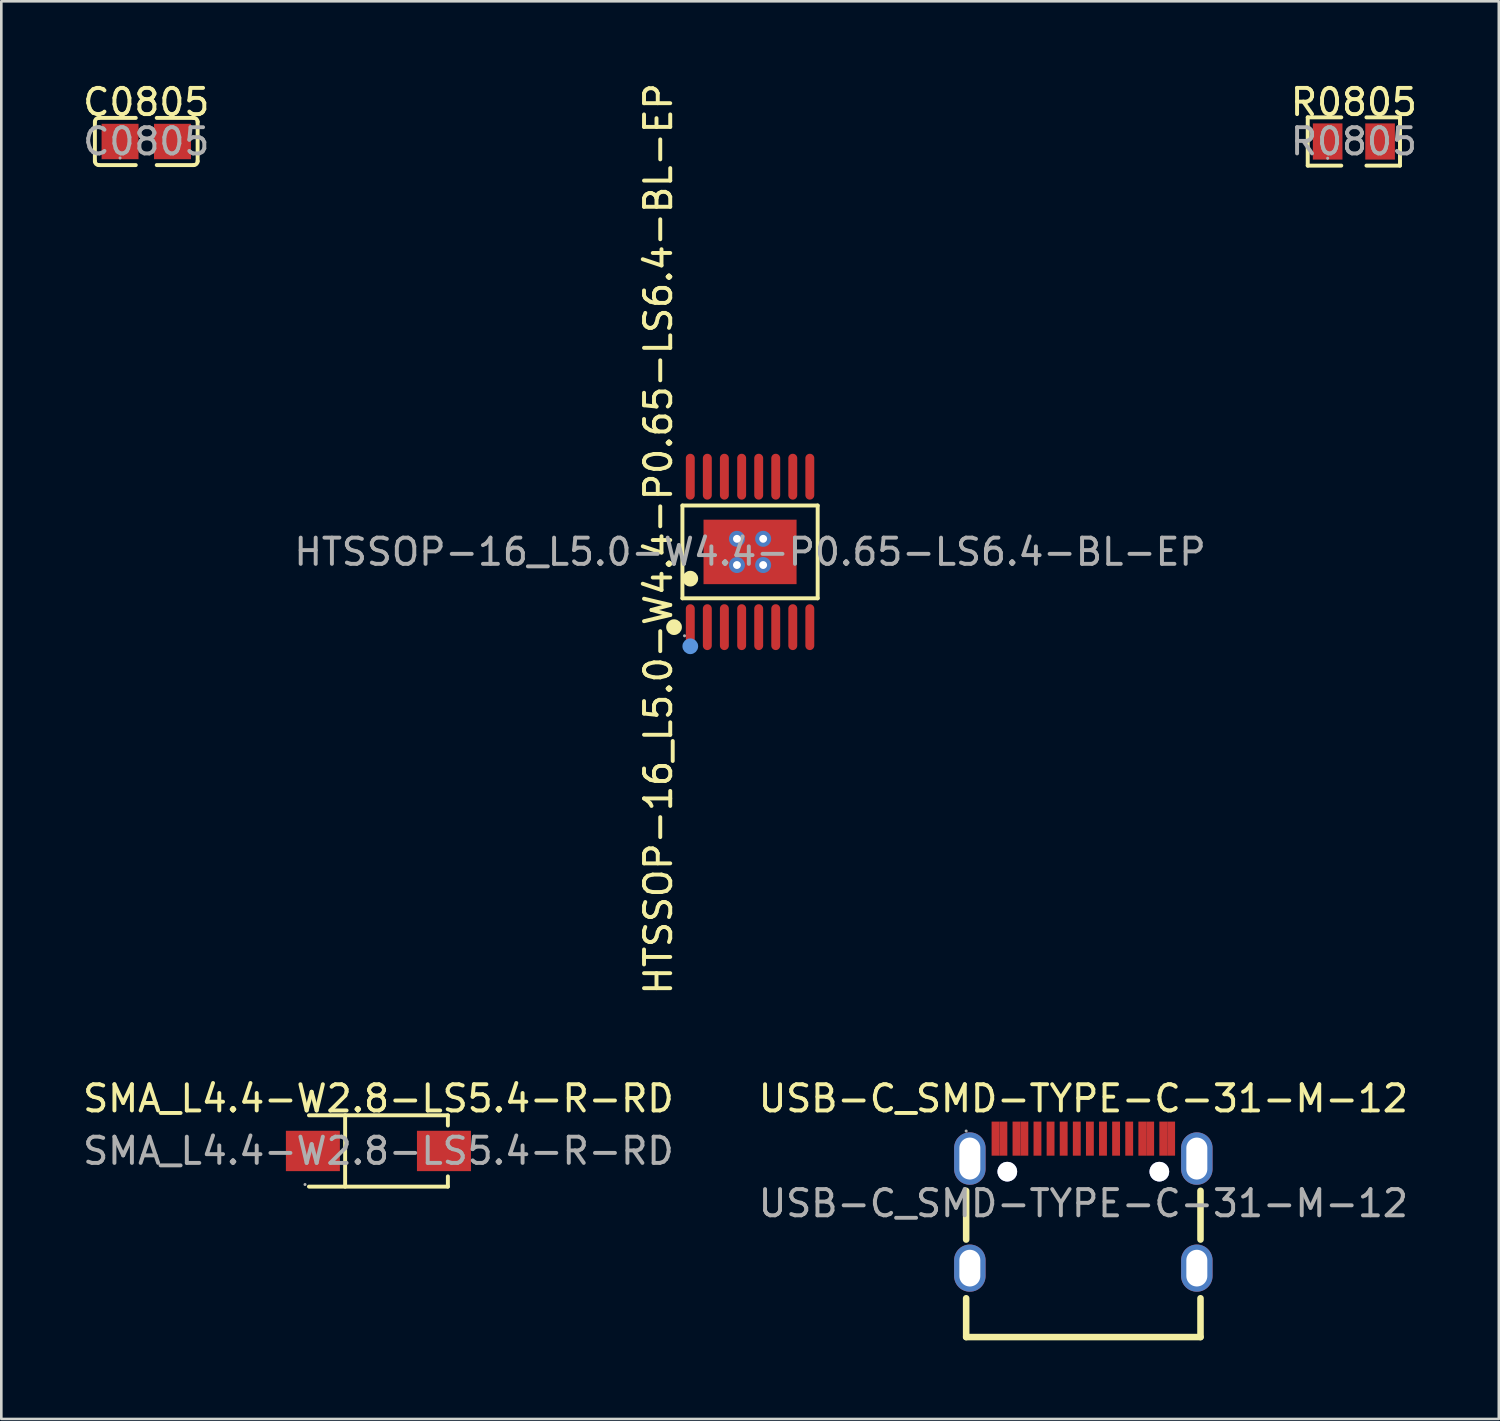
<source format=kicad_pcb>
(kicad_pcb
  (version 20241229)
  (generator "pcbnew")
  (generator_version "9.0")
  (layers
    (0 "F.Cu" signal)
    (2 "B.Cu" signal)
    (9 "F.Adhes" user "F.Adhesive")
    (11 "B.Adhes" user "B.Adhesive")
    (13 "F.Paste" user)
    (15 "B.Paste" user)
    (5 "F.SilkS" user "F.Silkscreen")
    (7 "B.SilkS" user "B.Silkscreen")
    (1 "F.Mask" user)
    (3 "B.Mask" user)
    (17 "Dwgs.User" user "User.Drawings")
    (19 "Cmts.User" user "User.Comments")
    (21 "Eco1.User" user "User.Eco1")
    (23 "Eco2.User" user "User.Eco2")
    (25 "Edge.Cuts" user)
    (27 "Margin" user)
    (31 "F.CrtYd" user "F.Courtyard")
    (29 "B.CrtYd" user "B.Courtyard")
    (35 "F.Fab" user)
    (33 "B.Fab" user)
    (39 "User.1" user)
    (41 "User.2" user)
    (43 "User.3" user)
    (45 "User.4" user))
  (footprint "USB-C_SMD-TYPE-C-31-M-12"
    (layer "F.Cu")
    (at 38.28 42.86)
    (property "Reference" "USB-C_SMD-TYPE-C-31-M-12" (at 0 -4 0) (layer "F.SilkS") (effects (font (size 1 1) (thickness 0.15))))
    (attr smd)
    (fp_line (start -4.47 1.38) (end -4.47 -0.48) (stroke (width 0.25) (type solid)) (layer "F.SilkS"))
    (fp_line (start -4.47 5.1) (end -4.47 3.62) (stroke (width 0.25) (type solid)) (layer "F.SilkS"))
    (fp_line (start 4.47 1.38) (end 4.47 -0.48) (stroke (width 0.25) (type solid)) (layer "F.SilkS"))
    (fp_line (start 4.47 5.1) (end -4.47 5.1) (stroke (width 0.25) (type solid)) (layer "F.SilkS"))
    (fp_line (start 4.47 5.1) (end 4.47 3.62) (stroke (width 0.25) (type solid)) (layer "F.SilkS"))
    (fp_circle (center -2.9 -1.21) (end -2.78 -1.21) (stroke (width 0.25) (type solid)) (fill no) (layer "Cmts.User"))
    (fp_circle (center 2.9 -1.21) (end 3.02 -1.21) (stroke (width 0.25) (type solid)) (fill no) (layer "Cmts.User"))
    (fp_circle (center -4.47 -2.76) (end -4.44 -2.76) (stroke (width 0.06) (type solid)) (fill no) (layer "F.Fab"))
    (fp_text user "${REFERENCE}" (at 0 0 0) (layer "F.Fab") (effects (font (size 1 1) (thickness 0.15))))
    (pad "" thru_hole circle (at -2.9 -1.21) (size 0.75 0.75) (drill 0.75) (layers "*.Cu" "*.Mask"))
    (pad "" thru_hole circle (at 2.9 -1.21) (size 0.75 0.75) (drill 0.75) (layers "*.Cu" "*.Mask"))
    (pad "A1" smd rect (at -3.35 -2.47) (size 0.3 1.3) (layers "F.Cu" "F.Mask" "F.Paste"))
    (pad "A4" smd rect (at -2.55 -2.47) (size 0.3 1.3) (layers "F.Cu" "F.Mask" "F.Paste"))
    (pad "A5" smd rect (at -1.25 -2.47) (size 0.3 1.3) (layers "F.Cu" "F.Mask" "F.Paste"))
    (pad "A6" smd rect (at -0.25 -2.47) (size 0.3 1.3) (layers "F.Cu" "F.Mask" "F.Paste"))
    (pad "A7" smd rect (at 0.25 -2.47) (size 0.3 1.3) (layers "F.Cu" "F.Mask" "F.Paste"))
    (pad "A8" smd rect (at 1.25 -2.47) (size 0.3 1.3) (layers "F.Cu" "F.Mask" "F.Paste"))
    (pad "A9" smd rect (at 2.55 -2.47) (size 0.3 1.3) (layers "F.Cu" "F.Mask" "F.Paste"))
    (pad "A12" smd rect (at 3.35 -2.47) (size 0.3 1.3) (layers "F.Cu" "F.Mask" "F.Paste"))
    (pad "B1" smd rect (at 3.05 -2.47) (size 0.3 1.3) (layers "F.Cu" "F.Mask" "F.Paste"))
    (pad "B4" smd rect (at 2.25 -2.47) (size 0.3 1.3) (layers "F.Cu" "F.Mask" "F.Paste"))
    (pad "B5" smd rect (at 1.75 -2.47) (size 0.3 1.3) (layers "F.Cu" "F.Mask" "F.Paste"))
    (pad "B6" smd rect (at 0.75 -2.47) (size 0.3 1.3) (layers "F.Cu" "F.Mask" "F.Paste"))
    (pad "B7" smd rect (at -0.75 -2.47) (size 0.3 1.3) (layers "F.Cu" "F.Mask" "F.Paste"))
    (pad "B8" smd rect (at -1.75 -2.47) (size 0.3 1.3) (layers "F.Cu" "F.Mask" "F.Paste"))
    (pad "B9" smd rect (at -2.25 -2.47) (size 0.3 1.3) (layers "F.Cu" "F.Mask" "F.Paste"))
    (pad "B12" smd rect (at -3.05 -2.47) (size 0.3 1.3) (layers "F.Cu" "F.Mask" "F.Paste"))
    (pad "S1" thru_hole oval (at -4.33 -1.71) (size 1.2 2) (drill oval 0.8 1.6) (layers "*.Cu" "*.Mask"))
    (pad "S1" thru_hole oval (at -4.33 2.47) (size 1.2 1.8) (drill oval 0.8 1.4) (layers "*.Cu" "*.Mask"))
    (pad "S1" thru_hole oval (at 4.33 -1.71) (size 1.2 2) (drill oval 0.8 1.6) (layers "*.Cu" "*.Mask"))
    (pad "S1" thru_hole oval (at 4.33 2.47) (size 1.2 1.8) (drill oval 0.8 1.4) (layers "*.Cu" "*.Mask")))
  (footprint "SMA_L4.4-W2.8-LS5.4-R-RD"
    (layer "F.Cu")
    (at 11.387 40.86)
    (property "Reference" "SMA_L4.4-W2.8-LS5.4-R-RD" (at 0 -2 0) (layer "F.SilkS") (effects (font (size 1 1) (thickness 0.15))))
    (attr smd)
    (fp_line (start -2.65 -1.36) (end 2.65 -1.36) (stroke (width 0.15) (type solid)) (layer "F.SilkS"))
    (fp_line (start -2.65 1.36) (end 2.65 1.36) (stroke (width 0.15) (type solid)) (layer "F.SilkS"))
    (fp_line (start -1.27 -1.36) (end -1.27 1.36) (stroke (width 0.15) (type solid)) (layer "F.SilkS"))
    (fp_line (start 2.65 -1.36) (end 2.65 -0.97) (stroke (width 0.15) (type solid)) (layer "F.SilkS"))
    (fp_line (start 2.65 1.36) (end 2.65 0.97) (stroke (width 0.15) (type solid)) (layer "F.SilkS"))
    (fp_circle (center -2.8 1.28) (end -2.77 1.28) (stroke (width 0.06) (type solid)) (fill no) (layer "F.Fab"))
    (fp_text user "${REFERENCE}" (at 0 0 0) (layer "F.Fab") (effects (font (size 1 1) (thickness 0.15))))
    (pad "1" smd rect (at 2.5 0) (size 2.06 1.54) (layers "F.Cu" "F.Mask" "F.Paste"))
    (pad "2" smd rect (at -2.5 0) (size 2.06 1.54) (layers "F.Cu" "F.Mask" "F.Paste")))
  (footprint "R0805"
    (layer "F.Cu")
    (at 48.601 2.348)
    (property "Reference" "R0805" (at 0 -1.5 0) (layer "F.SilkS") (effects (font (size 1 1) (thickness 0.15))))
    (attr smd)
    (fp_line (start -1.76 -0.92) (end -0.48 -0.92) (stroke (width 0.15) (type solid)) (layer "F.SilkS"))
    (fp_line (start -1.76 0.92) (end -1.76 -0.92) (stroke (width 0.15) (type solid)) (layer "F.SilkS"))
    (fp_line (start -0.48 0.92) (end -1.76 0.92) (stroke (width 0.15) (type solid)) (layer "F.SilkS"))
    (fp_line (start 0.48 0.92) (end 1.76 0.92) (stroke (width 0.15) (type solid)) (layer "F.SilkS"))
    (fp_line (start 1.76 -0.92) (end 0.48 -0.92) (stroke (width 0.15) (type solid)) (layer "F.SilkS"))
    (fp_line (start 1.76 0.92) (end 1.76 -0.92) (stroke (width 0.15) (type solid)) (layer "F.SilkS"))
    (fp_circle (center -1 0.64) (end -0.97 0.64) (stroke (width 0.06) (type solid)) (fill no) (layer "F.Fab"))
    (fp_text user "${REFERENCE}" (at 0 0 0) (layer "F.Fab") (effects (font (size 1 1) (thickness 0.15))))
    (pad "1" smd rect (at -1 0) (size 1.13 1.38) (layers "F.Cu" "F.Mask" "F.Paste"))
    (pad "2" smd rect (at 1 0) (size 1.13 1.38) (layers "F.Cu" "F.Mask" "F.Paste")))
  (footprint "C0805"
    (layer "F.Cu")
    (at 2.53 2.348)
    (property "Reference" "C0805" (at 0 -1.5 0) (layer "F.SilkS") (effects (font (size 1 1) (thickness 0.15))))
    (attr smd)
    (fp_line (start -1.96 0.75) (end -1.96 -0.75) (stroke (width 0.15) (type solid)) (layer "F.SilkS"))
    (fp_line (start -1.81 -0.9) (end -0.4 -0.9) (stroke (width 0.15) (type solid)) (layer "F.SilkS"))
    (fp_line (start -0.4 0.9) (end -1.81 0.9) (stroke (width 0.15) (type solid)) (layer "F.SilkS"))
    (fp_line (start 0.4 0.9) (end 1.81 0.9) (stroke (width 0.15) (type solid)) (layer "F.SilkS"))
    (fp_line (start 1.81 -0.9) (end 0.4 -0.9) (stroke (width 0.15) (type solid)) (layer "F.SilkS"))
    (fp_line (start 1.96 0.75) (end 1.96 -0.75) (stroke (width 0.15) (type solid)) (layer "F.SilkS"))
    (fp_arc (start -1.96 -0.75) (mid -1.916066 -0.856066) (end -1.81 -0.9) (stroke (width 0.15) (type solid)) (layer "F.SilkS"))
    (fp_arc (start -1.81 0.9) (mid -1.916066 0.856066) (end -1.96 0.75) (stroke (width 0.15) (type solid)) (layer "F.SilkS"))
    (fp_arc (start 1.81 -0.9) (mid 1.916066 -0.856066) (end 1.96 -0.75) (stroke (width 0.15) (type solid)) (layer "F.SilkS"))
    (fp_arc (start 1.96 0.75) (mid 1.916066 0.856066) (end 1.81 0.9) (stroke (width 0.15) (type solid)) (layer "F.SilkS"))
    (fp_circle (center -1 0.63) (end -0.97 0.63) (stroke (width 0.06) (type solid)) (fill no) (layer "F.Fab"))
    (fp_text user "${REFERENCE}" (at 0 0 0) (layer "F.Fab") (effects (font (size 1 1) (thickness 0.15))))
    (pad "1" smd rect (at -1 0) (size 1.41 1.35) (layers "F.Cu" "F.Mask" "F.Paste"))
    (pad "2" smd rect (at 1 0) (size 1.41 1.35) (layers "F.Cu" "F.Mask" "F.Paste")))
  (footprint "HTSSOP-16_L5.0-W4.4-P0.65-LS6.4-BL-EP"
    (layer "F.Cu")
    (at 25.565 18.006)
    (property "Reference" "HTSSOP-16_L5.0-W4.4-P0.65-LS6.4-BL-EP" (at -3.5 -0.5 90) (layer "F.SilkS") (effects (font (size 1 1) (thickness 0.15))))
    (attr smd)
    (fp_line (start -2.58 -1.77) (end 2.58 -1.77) (stroke (width 0.15) (type solid)) (layer "F.SilkS"))
    (fp_line (start -2.58 1.77) (end -2.58 -1.77) (stroke (width 0.15) (type solid)) (layer "F.SilkS"))
    (fp_line (start 2.58 -1.77) (end 2.58 1.77) (stroke (width 0.15) (type solid)) (layer "F.SilkS"))
    (fp_line (start 2.58 1.77) (end -2.58 1.77) (stroke (width 0.15) (type solid)) (layer "F.SilkS"))
    (fp_circle (center -2.9 2.87) (end -2.75 2.87) (stroke (width 0.3) (type solid)) (fill no) (layer "F.SilkS"))
    (fp_circle (center -2.28 1.02) (end -2.13 1.02) (stroke (width 0.3) (type solid)) (fill no) (layer "F.SilkS"))
    (fp_circle (center -2.28 3.6) (end -2.13 3.6) (stroke (width 0.3) (type solid)) (fill no) (layer "Cmts.User"))
    (fp_circle (center -2.5 3.2) (end -2.47 3.2) (stroke (width 0.06) (type solid)) (fill no) (layer "F.Fab"))
    (fp_text user "${REFERENCE}" (at 0 0 0) (layer "F.Fab") (effects (font (size 1 1) (thickness 0.15))))
    (pad "" thru_hole circle (at -0.5 -0.5) (size 0.61 0.61) (drill 0.3) (layers "*.Cu" "*.Paste" "*.Mask"))
    (pad "" thru_hole circle (at -0.5 0.5) (size 0.61 0.61) (drill 0.3) (layers "*.Cu" "*.Paste" "*.Mask"))
    (pad "" thru_hole circle (at 0.5 -0.5) (size 0.61 0.61) (drill 0.3) (layers "*.Cu" "*.Paste" "*.Mask"))
    (pad "" thru_hole circle (at 0.5 0.5) (size 0.61 0.61) (drill 0.3) (layers "*.Cu" "*.Paste" "*.Mask"))
    (pad "1" smd oval (at -2.28 2.87) (size 0.34 1.75) (layers "F.Cu" "F.Mask" "F.Paste"))
    (pad "2" smd oval (at -1.63 2.87) (size 0.34 1.75) (layers "F.Cu" "F.Mask" "F.Paste"))
    (pad "3" smd oval (at -0.98 2.87) (size 0.34 1.75) (layers "F.Cu" "F.Mask" "F.Paste"))
    (pad "4" smd oval (at -0.32 2.87) (size 0.34 1.75) (layers "F.Cu" "F.Mask" "F.Paste"))
    (pad "5" smd oval (at 0.33 2.87) (size 0.34 1.75) (layers "F.Cu" "F.Mask" "F.Paste"))
    (pad "6" smd oval (at 0.98 2.87) (size 0.34 1.75) (layers "F.Cu" "F.Mask" "F.Paste"))
    (pad "7" smd oval (at 1.63 2.87) (size 0.34 1.75) (layers "F.Cu" "F.Mask" "F.Paste"))
    (pad "8" smd oval (at 2.28 2.87) (size 0.34 1.75) (layers "F.Cu" "F.Mask" "F.Paste"))
    (pad "9" smd oval (at 2.28 -2.87) (size 0.34 1.75) (layers "F.Cu" "F.Mask" "F.Paste"))
    (pad "10" smd oval (at 1.63 -2.87) (size 0.34 1.75) (layers "F.Cu" "F.Mask" "F.Paste"))
    (pad "11" smd oval (at 0.98 -2.87) (size 0.34 1.75) (layers "F.Cu" "F.Mask" "F.Paste"))
    (pad "12" smd oval (at 0.33 -2.87) (size 0.34 1.75) (layers "F.Cu" "F.Mask" "F.Paste"))
    (pad "13" smd oval (at -0.32 -2.87) (size 0.34 1.75) (layers "F.Cu" "F.Mask" "F.Paste"))
    (pad "14" smd oval (at -0.98 -2.87) (size 0.34 1.75) (layers "F.Cu" "F.Mask" "F.Paste"))
    (pad "15" smd oval (at -1.63 -2.87) (size 0.34 1.75) (layers "F.Cu" "F.Mask" "F.Paste"))
    (pad "16" smd oval (at -2.28 -2.87) (size 0.34 1.75) (layers "F.Cu" "F.Mask" "F.Paste"))
    (pad "17" smd rect (at 0 0) (size 3.55 2.46) (layers "F.Cu" "F.Mask" "F.Paste")))
  (gr_rect
    (start -3 -3)
    (end 54.131 51.085)
    (stroke (width 0.1) (type default))
    (fill no)
    (layer "Edge.Cuts")))
</source>
